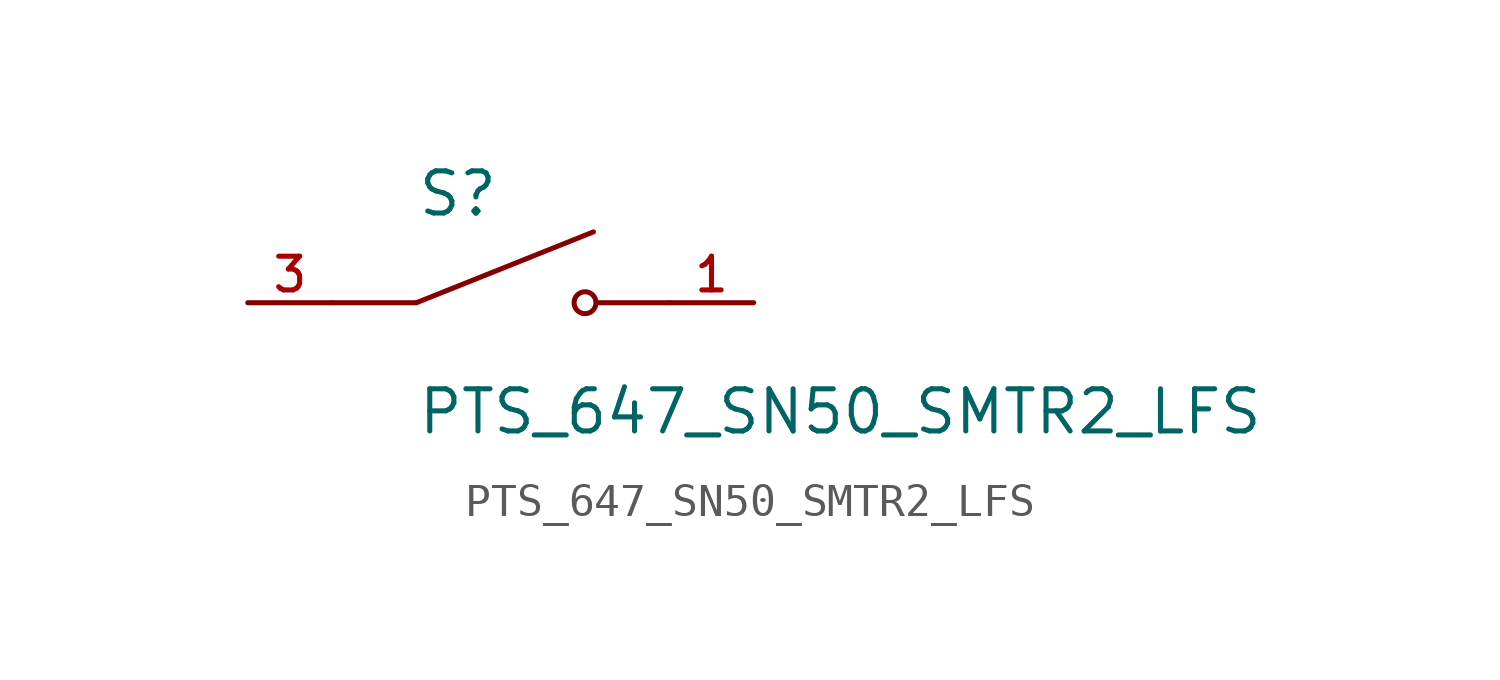
<source format=kicad_sym>
(kicad_symbol_lib
  (version 20211014)
  (generator kicad_symbol_editor)
  (symbol "PTS_647_SN50_SMTR2_LFS"
    (pin_names
      (offset 1.016))
    (property "Reference" "S"
      (at -2.54 2.54 0)
      (effects (font (size 1.27 1.27)) (justify bottom left)))
    (property "Value" "PTS_647_SN50_SMTR2_LFS"
      (at -2.54 -2.54 0)
      (effects (font (size 1.27 1.27)) (justify top left)))
    (symbol "PTS_647_SN50_SMTR2_LFS_0_0"
      (polyline (pts (xy -2.54 0.0) (xy 2.794 2.134)) (stroke (width 0.152)))
      (circle (center 2.54 0.0) (radius 0.33) (stroke (width 0.152)) (fill (type none)))
      (polyline (pts (xy 5.08 0.0) (xy 2.921 0.0)) (stroke (width 0.152)))
      (polyline (pts (xy -2.54 0.0) (xy -5.08 0.0)) (stroke (width 0.152)))
      (pin passive line (at -7.62 0.0 0) (length 2.54) (name "~" (effects (font (size 1.016 1.016)))) (number "3" (effects (font (size 1.016 1.016)))))
      (pin passive line (at 7.62 0.0 180.0) (length 2.54) (name "~" (effects (font (size 1.016 1.016)))) (number "1" (effects (font (size 1.016 1.016))))))))
</source>
